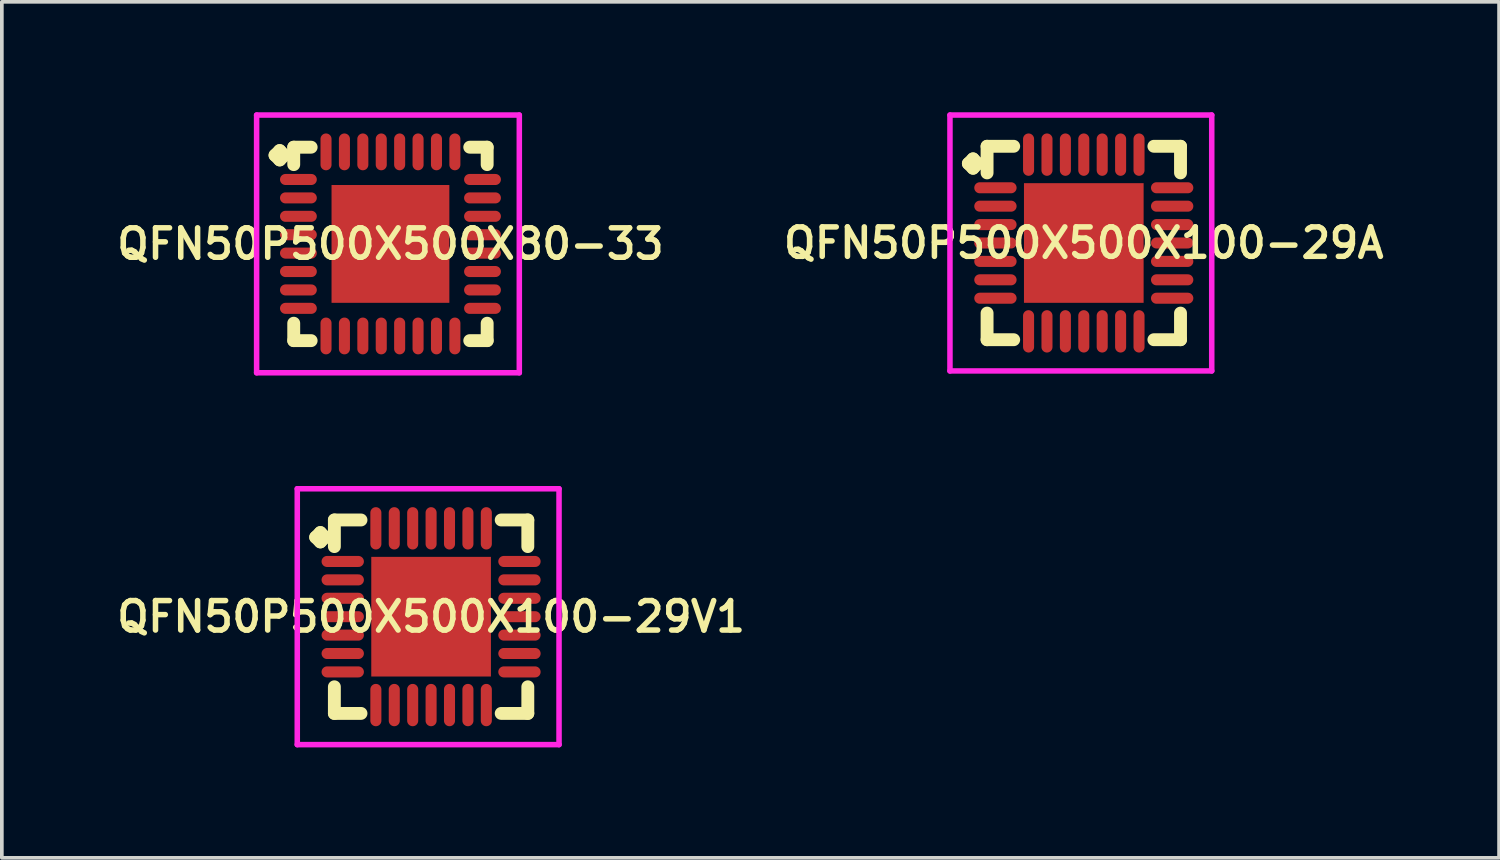
<source format=kicad_pcb>
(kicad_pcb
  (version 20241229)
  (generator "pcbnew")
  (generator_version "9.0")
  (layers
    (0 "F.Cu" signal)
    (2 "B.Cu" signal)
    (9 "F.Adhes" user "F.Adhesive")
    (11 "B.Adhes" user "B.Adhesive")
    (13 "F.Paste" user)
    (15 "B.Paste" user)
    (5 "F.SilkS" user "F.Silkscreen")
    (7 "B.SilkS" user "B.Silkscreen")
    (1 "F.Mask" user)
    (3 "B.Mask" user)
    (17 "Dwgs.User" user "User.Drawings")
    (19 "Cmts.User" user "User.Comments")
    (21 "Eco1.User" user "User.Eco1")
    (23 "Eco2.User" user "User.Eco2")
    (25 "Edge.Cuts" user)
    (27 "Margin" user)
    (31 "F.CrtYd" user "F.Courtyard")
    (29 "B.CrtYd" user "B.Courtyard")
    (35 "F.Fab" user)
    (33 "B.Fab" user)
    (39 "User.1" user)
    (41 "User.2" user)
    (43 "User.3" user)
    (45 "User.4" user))
  (footprint "QFN50P500X500X80-33"
    (layer "F.Cu")
    (at 7.555 3.575)
    (property "Reference" "QFN50P500X500X80-33" (at 0 0 0) (layer "F.SilkS") (effects (font (size 0.8 0.8) (thickness 0.15))))
    (attr smd)
    (fp_line (start -3.135 -2.408) (end -3.008 -2.535) (stroke (width 0.35) (type solid)) (layer "F.SilkS"))
    (fp_line (start -3.008 -2.535) (end -2.881 -2.408) (stroke (width 0.35) (type solid)) (layer "F.SilkS"))
    (fp_line (start -3.008 -2.281) (end -3.135 -2.408) (stroke (width 0.35) (type solid)) (layer "F.SilkS"))
    (fp_line (start -2.881 -2.408) (end -3.008 -2.281) (stroke (width 0.35) (type solid)) (layer "F.SilkS"))
    (fp_line (start -2.627 -2.627) (end -2.154 -2.627) (stroke (width 0.35) (type solid)) (layer "F.SilkS"))
    (fp_line (start -2.627 -2.154) (end -2.627 -2.627) (stroke (width 0.35) (type solid)) (layer "F.SilkS"))
    (fp_line (start -2.627 2.154) (end -2.627 2.627) (stroke (width 0.35) (type solid)) (layer "F.SilkS"))
    (fp_line (start -2.627 2.627) (end -2.154 2.627) (stroke (width 0.35) (type solid)) (layer "F.SilkS"))
    (fp_line (start 2.154 -2.627) (end 2.627 -2.627) (stroke (width 0.35) (type solid)) (layer "F.SilkS"))
    (fp_line (start 2.154 2.627) (end 2.627 2.627) (stroke (width 0.35) (type solid)) (layer "F.SilkS"))
    (fp_line (start 2.627 -2.627) (end 2.627 -2.154) (stroke (width 0.35) (type solid)) (layer "F.SilkS"))
    (fp_line (start 2.627 2.627) (end 2.627 2.154) (stroke (width 0.35) (type solid)) (layer "F.SilkS"))
    (fp_line (start -3.635 -3.5) (end 3.5 -3.5) (stroke (width 0.15) (type solid)) (layer "F.CrtYd"))
    (fp_line (start -3.635 3.5) (end -3.635 -3.5) (stroke (width 0.15) (type solid)) (layer "F.CrtYd"))
    (fp_line (start 3.5 -3.5) (end 3.5 3.5) (stroke (width 0.15) (type solid)) (layer "F.CrtYd"))
    (fp_line (start 3.5 3.5) (end -3.635 3.5) (stroke (width 0.15) (type solid)) (layer "F.CrtYd"))
    (pad "1" smd oval (at -2.5 -1.75) (size 1 0.3) (layers "F.Cu" "F.Mask" "F.Paste"))
    (pad "2" smd oval (at -2.5 -1.25) (size 1 0.3) (layers "F.Cu" "F.Mask" "F.Paste"))
    (pad "3" smd oval (at -2.5 -0.75) (size 1 0.3) (layers "F.Cu" "F.Mask" "F.Paste"))
    (pad "4" smd oval (at -2.5 -0.25) (size 1 0.3) (layers "F.Cu" "F.Mask" "F.Paste"))
    (pad "5" smd oval (at -2.5 0.25) (size 1 0.3) (layers "F.Cu" "F.Mask" "F.Paste"))
    (pad "6" smd oval (at -2.5 0.75) (size 1 0.3) (layers "F.Cu" "F.Mask" "F.Paste"))
    (pad "7" smd oval (at -2.5 1.25) (size 1 0.3) (layers "F.Cu" "F.Mask" "F.Paste"))
    (pad "8" smd oval (at -2.5 1.75) (size 1 0.3) (layers "F.Cu" "F.Mask" "F.Paste"))
    (pad "9" smd oval (at -1.75 2.5) (size 0.3 1) (layers "F.Cu" "F.Mask" "F.Paste"))
    (pad "10" smd oval (at -1.25 2.5) (size 0.3 1) (layers "F.Cu" "F.Mask" "F.Paste"))
    (pad "11" smd oval (at -0.75 2.5) (size 0.3 1) (layers "F.Cu" "F.Mask" "F.Paste"))
    (pad "12" smd oval (at -0.25 2.5) (size 0.3 1) (layers "F.Cu" "F.Mask" "F.Paste"))
    (pad "13" smd oval (at 0.25 2.5) (size 0.3 1) (layers "F.Cu" "F.Mask" "F.Paste"))
    (pad "14" smd oval (at 0.75 2.5) (size 0.3 1) (layers "F.Cu" "F.Mask" "F.Paste"))
    (pad "15" smd oval (at 1.25 2.5) (size 0.3 1) (layers "F.Cu" "F.Mask" "F.Paste"))
    (pad "16" smd oval (at 1.75 2.5) (size 0.3 1) (layers "F.Cu" "F.Mask" "F.Paste"))
    (pad "17" smd oval (at 2.5 1.75) (size 1 0.3) (layers "F.Cu" "F.Mask" "F.Paste"))
    (pad "18" smd oval (at 2.5 1.25) (size 1 0.3) (layers "F.Cu" "F.Mask" "F.Paste"))
    (pad "19" smd oval (at 2.5 0.75) (size 1 0.3) (layers "F.Cu" "F.Mask" "F.Paste"))
    (pad "20" smd oval (at 2.5 0.25) (size 1 0.3) (layers "F.Cu" "F.Mask" "F.Paste"))
    (pad "21" smd oval (at 2.5 -0.25) (size 1 0.3) (layers "F.Cu" "F.Mask" "F.Paste"))
    (pad "22" smd oval (at 2.5 -0.75) (size 1 0.3) (layers "F.Cu" "F.Mask" "F.Paste"))
    (pad "23" smd oval (at 2.5 -1.25) (size 1 0.3) (layers "F.Cu" "F.Mask" "F.Paste"))
    (pad "24" smd oval (at 2.5 -1.75) (size 1 0.3) (layers "F.Cu" "F.Mask" "F.Paste"))
    (pad "25" smd oval (at 1.75 -2.5) (size 0.3 1) (layers "F.Cu" "F.Mask" "F.Paste"))
    (pad "26" smd oval (at 1.25 -2.5) (size 0.3 1) (layers "F.Cu" "F.Mask" "F.Paste"))
    (pad "27" smd oval (at 0.75 -2.5) (size 0.3 1) (layers "F.Cu" "F.Mask" "F.Paste"))
    (pad "28" smd oval (at 0.25 -2.5) (size 0.3 1) (layers "F.Cu" "F.Mask" "F.Paste"))
    (pad "29" smd oval (at -0.25 -2.5) (size 0.3 1) (layers "F.Cu" "F.Mask" "F.Paste"))
    (pad "30" smd oval (at -0.75 -2.5) (size 0.3 1) (layers "F.Cu" "F.Mask" "F.Paste"))
    (pad "31" smd oval (at -1.25 -2.5) (size 0.3 1) (layers "F.Cu" "F.Mask" "F.Paste"))
    (pad "32" smd oval (at -1.75 -2.5) (size 0.3 1) (layers "F.Cu" "F.Mask" "F.Paste"))
    (pad "33" smd rect (at 0 0) (size 3.2 3.2) (layers "F.Cu" "F.Mask" "F.Paste")))
  (footprint "QFN50P500X500X100-29A"
    (layer "F.Cu")
    (at 26.387 3.55)
    (property "Reference" "QFN50P500X500X100-29A" (at 0 0 0) (layer "F.SilkS") (effects (font (size 0.8 0.8) (thickness 0.15))))
    (attr smd)
    (fp_line (start -3.135 -2.158) (end -3.008 -2.285) (stroke (width 0.35) (type solid)) (layer "F.SilkS"))
    (fp_line (start -3.008 -2.285) (end -2.881 -2.158) (stroke (width 0.35) (type solid)) (layer "F.SilkS"))
    (fp_line (start -3.008 -2.031) (end -3.135 -2.158) (stroke (width 0.35) (type solid)) (layer "F.SilkS"))
    (fp_line (start -2.881 -2.158) (end -3.008 -2.031) (stroke (width 0.35) (type solid)) (layer "F.SilkS"))
    (fp_line (start -2.627 -2.627) (end -1.904 -2.627) (stroke (width 0.35) (type solid)) (layer "F.SilkS"))
    (fp_line (start -2.627 -1.904) (end -2.627 -2.627) (stroke (width 0.35) (type solid)) (layer "F.SilkS"))
    (fp_line (start -2.627 1.904) (end -2.627 2.627) (stroke (width 0.35) (type solid)) (layer "F.SilkS"))
    (fp_line (start -2.627 2.627) (end -1.904 2.627) (stroke (width 0.35) (type solid)) (layer "F.SilkS"))
    (fp_line (start 1.904 -2.627) (end 2.627 -2.627) (stroke (width 0.35) (type solid)) (layer "F.SilkS"))
    (fp_line (start 1.904 2.627) (end 2.627 2.627) (stroke (width 0.35) (type solid)) (layer "F.SilkS"))
    (fp_line (start 2.627 -2.627) (end 2.627 -1.904) (stroke (width 0.35) (type solid)) (layer "F.SilkS"))
    (fp_line (start 2.627 2.627) (end 2.627 1.904) (stroke (width 0.35) (type solid)) (layer "F.SilkS"))
    (fp_line (start -3.635 -3.475) (end 3.475 -3.475) (stroke (width 0.15) (type solid)) (layer "F.CrtYd"))
    (fp_line (start -3.635 3.475) (end -3.635 -3.475) (stroke (width 0.15) (type solid)) (layer "F.CrtYd"))
    (fp_line (start 3.475 -3.475) (end 3.475 3.475) (stroke (width 0.15) (type solid)) (layer "F.CrtYd"))
    (fp_line (start 3.475 3.475) (end -3.635 3.475) (stroke (width 0.15) (type solid)) (layer "F.CrtYd"))
    (pad "1" smd oval (at -2.4 -1.5) (size 1.15 0.3) (layers "F.Cu" "F.Mask" "F.Paste"))
    (pad "2" smd oval (at -2.4 -1) (size 1.15 0.3) (layers "F.Cu" "F.Mask" "F.Paste"))
    (pad "3" smd oval (at -2.4 -0.5) (size 1.15 0.3) (layers "F.Cu" "F.Mask" "F.Paste"))
    (pad "4" smd oval (at -2.4 0) (size 1.15 0.3) (layers "F.Cu" "F.Mask" "F.Paste"))
    (pad "5" smd oval (at -2.4 0.5) (size 1.15 0.3) (layers "F.Cu" "F.Mask" "F.Paste"))
    (pad "6" smd oval (at -2.4 1) (size 1.15 0.3) (layers "F.Cu" "F.Mask" "F.Paste"))
    (pad "7" smd oval (at -2.4 1.5) (size 1.15 0.3) (layers "F.Cu" "F.Mask" "F.Paste"))
    (pad "8" smd oval (at -1.5 2.4) (size 0.3 1.15) (layers "F.Cu" "F.Mask" "F.Paste"))
    (pad "9" smd oval (at -1 2.4) (size 0.3 1.15) (layers "F.Cu" "F.Mask" "F.Paste"))
    (pad "10" smd oval (at -0.5 2.4) (size 0.3 1.15) (layers "F.Cu" "F.Mask" "F.Paste"))
    (pad "11" smd oval (at 0 2.4) (size 0.3 1.15) (layers "F.Cu" "F.Mask" "F.Paste"))
    (pad "12" smd oval (at 0.5 2.4) (size 0.3 1.15) (layers "F.Cu" "F.Mask" "F.Paste"))
    (pad "13" smd oval (at 1 2.4) (size 0.3 1.15) (layers "F.Cu" "F.Mask" "F.Paste"))
    (pad "14" smd oval (at 1.5 2.4) (size 0.3 1.15) (layers "F.Cu" "F.Mask" "F.Paste"))
    (pad "15" smd oval (at 2.4 1.5) (size 1.15 0.3) (layers "F.Cu" "F.Mask" "F.Paste"))
    (pad "16" smd oval (at 2.4 1) (size 1.15 0.3) (layers "F.Cu" "F.Mask" "F.Paste"))
    (pad "17" smd oval (at 2.4 0.5) (size 1.15 0.3) (layers "F.Cu" "F.Mask" "F.Paste"))
    (pad "18" smd oval (at 2.4 0) (size 1.15 0.3) (layers "F.Cu" "F.Mask" "F.Paste"))
    (pad "19" smd oval (at 2.4 -0.5) (size 1.15 0.3) (layers "F.Cu" "F.Mask" "F.Paste"))
    (pad "20" smd oval (at 2.4 -1) (size 1.15 0.3) (layers "F.Cu" "F.Mask" "F.Paste"))
    (pad "21" smd oval (at 2.4 -1.5) (size 1.15 0.3) (layers "F.Cu" "F.Mask" "F.Paste"))
    (pad "22" smd oval (at 1.5 -2.4) (size 0.3 1.15) (layers "F.Cu" "F.Mask" "F.Paste"))
    (pad "23" smd oval (at 1 -2.4) (size 0.3 1.15) (layers "F.Cu" "F.Mask" "F.Paste"))
    (pad "24" smd oval (at 0.5 -2.4) (size 0.3 1.15) (layers "F.Cu" "F.Mask" "F.Paste"))
    (pad "25" smd oval (at 0 -2.4) (size 0.3 1.15) (layers "F.Cu" "F.Mask" "F.Paste"))
    (pad "26" smd oval (at -0.5 -2.4) (size 0.3 1.15) (layers "F.Cu" "F.Mask" "F.Paste"))
    (pad "27" smd oval (at -1 -2.4) (size 0.3 1.15) (layers "F.Cu" "F.Mask" "F.Paste"))
    (pad "28" smd oval (at -1.5 -2.4) (size 0.3 1.15) (layers "F.Cu" "F.Mask" "F.Paste"))
    (pad "29" smd rect (at 0 0) (size 3.25 3.25) (layers "F.Cu" "F.Mask" "F.Paste")))
  (footprint "QFN50P500X500X100-29V1"
    (layer "F.Cu")
    (at 8.659 13.7)
    (property "Reference" "QFN50P500X500X100-29V1" (at 0 0 0) (layer "F.SilkS") (effects (font (size 0.8 0.8) (thickness 0.15))))
    (attr smd)
    (fp_line (start -3.135 -2.158) (end -3.008 -2.285) (stroke (width 0.35) (type solid)) (layer "F.SilkS"))
    (fp_line (start -3.008 -2.285) (end -2.881 -2.158) (stroke (width 0.35) (type solid)) (layer "F.SilkS"))
    (fp_line (start -3.008 -2.031) (end -3.135 -2.158) (stroke (width 0.35) (type solid)) (layer "F.SilkS"))
    (fp_line (start -2.881 -2.158) (end -3.008 -2.031) (stroke (width 0.35) (type solid)) (layer "F.SilkS"))
    (fp_line (start -2.627 -2.627) (end -1.904 -2.627) (stroke (width 0.35) (type solid)) (layer "F.SilkS"))
    (fp_line (start -2.627 -1.904) (end -2.627 -2.627) (stroke (width 0.35) (type solid)) (layer "F.SilkS"))
    (fp_line (start -2.627 1.904) (end -2.627 2.627) (stroke (width 0.35) (type solid)) (layer "F.SilkS"))
    (fp_line (start -2.627 2.627) (end -1.904 2.627) (stroke (width 0.35) (type solid)) (layer "F.SilkS"))
    (fp_line (start 1.904 -2.627) (end 2.627 -2.627) (stroke (width 0.35) (type solid)) (layer "F.SilkS"))
    (fp_line (start 1.904 2.627) (end 2.627 2.627) (stroke (width 0.35) (type solid)) (layer "F.SilkS"))
    (fp_line (start 2.627 -2.627) (end 2.627 -1.904) (stroke (width 0.35) (type solid)) (layer "F.SilkS"))
    (fp_line (start 2.627 2.627) (end 2.627 1.904) (stroke (width 0.35) (type solid)) (layer "F.SilkS"))
    (fp_line (start -3.635 -3.475) (end 3.475 -3.475) (stroke (width 0.15) (type solid)) (layer "F.CrtYd"))
    (fp_line (start -3.635 3.475) (end -3.635 -3.475) (stroke (width 0.15) (type solid)) (layer "F.CrtYd"))
    (fp_line (start 3.475 -3.475) (end 3.475 3.475) (stroke (width 0.15) (type solid)) (layer "F.CrtYd"))
    (fp_line (start 3.475 3.475) (end -3.635 3.475) (stroke (width 0.15) (type solid)) (layer "F.CrtYd"))
    (pad "1" smd oval (at -2.4 -1.5) (size 1.15 0.3) (layers "F.Cu" "F.Mask" "F.Paste"))
    (pad "2" smd oval (at -2.4 -1) (size 1.15 0.3) (layers "F.Cu" "F.Mask" "F.Paste"))
    (pad "3" smd oval (at -2.4 -0.5) (size 1.15 0.3) (layers "F.Cu" "F.Mask" "F.Paste"))
    (pad "4" smd oval (at -2.4 0) (size 1.15 0.3) (layers "F.Cu" "F.Mask" "F.Paste"))
    (pad "5" smd oval (at -2.4 0.5) (size 1.15 0.3) (layers "F.Cu" "F.Mask" "F.Paste"))
    (pad "6" smd oval (at -2.4 1) (size 1.15 0.3) (layers "F.Cu" "F.Mask" "F.Paste"))
    (pad "7" smd oval (at -2.4 1.5) (size 1.15 0.3) (layers "F.Cu" "F.Mask" "F.Paste"))
    (pad "8" smd oval (at -1.5 2.4) (size 0.3 1.15) (layers "F.Cu" "F.Mask" "F.Paste"))
    (pad "9" smd oval (at -1 2.4) (size 0.3 1.15) (layers "F.Cu" "F.Mask" "F.Paste"))
    (pad "10" smd oval (at -0.5 2.4) (size 0.3 1.15) (layers "F.Cu" "F.Mask" "F.Paste"))
    (pad "11" smd oval (at 0 2.4) (size 0.3 1.15) (layers "F.Cu" "F.Mask" "F.Paste"))
    (pad "12" smd oval (at 0.5 2.4) (size 0.3 1.15) (layers "F.Cu" "F.Mask" "F.Paste"))
    (pad "13" smd oval (at 1 2.4) (size 0.3 1.15) (layers "F.Cu" "F.Mask" "F.Paste"))
    (pad "14" smd oval (at 1.5 2.4) (size 0.3 1.15) (layers "F.Cu" "F.Mask" "F.Paste"))
    (pad "15" smd oval (at 2.4 1.5) (size 1.15 0.3) (layers "F.Cu" "F.Mask" "F.Paste"))
    (pad "16" smd oval (at 2.4 1) (size 1.15 0.3) (layers "F.Cu" "F.Mask" "F.Paste"))
    (pad "17" smd oval (at 2.4 0.5) (size 1.15 0.3) (layers "F.Cu" "F.Mask" "F.Paste"))
    (pad "18" smd oval (at 2.4 0) (size 1.15 0.3) (layers "F.Cu" "F.Mask" "F.Paste"))
    (pad "19" smd oval (at 2.4 -0.5) (size 1.15 0.3) (layers "F.Cu" "F.Mask" "F.Paste"))
    (pad "20" smd oval (at 2.4 -1) (size 1.15 0.3) (layers "F.Cu" "F.Mask" "F.Paste"))
    (pad "21" smd oval (at 2.4 -1.5) (size 1.15 0.3) (layers "F.Cu" "F.Mask" "F.Paste"))
    (pad "22" smd oval (at 1.5 -2.4) (size 0.3 1.15) (layers "F.Cu" "F.Mask" "F.Paste"))
    (pad "23" smd oval (at 1 -2.4) (size 0.3 1.15) (layers "F.Cu" "F.Mask" "F.Paste"))
    (pad "24" smd oval (at 0.5 -2.4) (size 0.3 1.15) (layers "F.Cu" "F.Mask" "F.Paste"))
    (pad "25" smd oval (at 0 -2.4) (size 0.3 1.15) (layers "F.Cu" "F.Mask" "F.Paste"))
    (pad "26" smd oval (at -0.5 -2.4) (size 0.3 1.15) (layers "F.Cu" "F.Mask" "F.Paste"))
    (pad "27" smd oval (at -1 -2.4) (size 0.3 1.15) (layers "F.Cu" "F.Mask" "F.Paste"))
    (pad "28" smd oval (at -1.5 -2.4) (size 0.3 1.15) (layers "F.Cu" "F.Mask" "F.Paste"))
    (pad "29" smd rect (at 0 0) (size 3.25 3.25) (layers "F.Cu" "F.Mask" "F.Paste")))
  (gr_rect
    (start -3 -3)
    (end 37.666 20.25)
    (stroke (width 0.1) (type default))
    (fill no)
    (layer "Edge.Cuts")))
</source>
